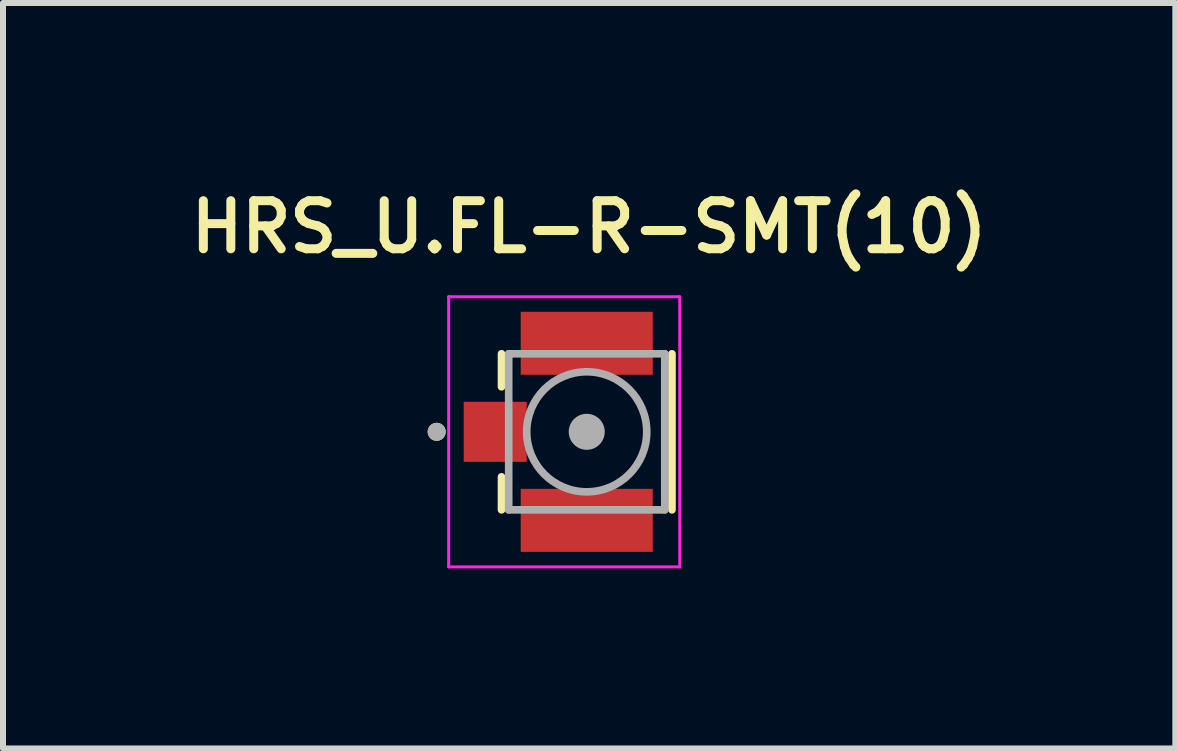
<source format=kicad_pcb>
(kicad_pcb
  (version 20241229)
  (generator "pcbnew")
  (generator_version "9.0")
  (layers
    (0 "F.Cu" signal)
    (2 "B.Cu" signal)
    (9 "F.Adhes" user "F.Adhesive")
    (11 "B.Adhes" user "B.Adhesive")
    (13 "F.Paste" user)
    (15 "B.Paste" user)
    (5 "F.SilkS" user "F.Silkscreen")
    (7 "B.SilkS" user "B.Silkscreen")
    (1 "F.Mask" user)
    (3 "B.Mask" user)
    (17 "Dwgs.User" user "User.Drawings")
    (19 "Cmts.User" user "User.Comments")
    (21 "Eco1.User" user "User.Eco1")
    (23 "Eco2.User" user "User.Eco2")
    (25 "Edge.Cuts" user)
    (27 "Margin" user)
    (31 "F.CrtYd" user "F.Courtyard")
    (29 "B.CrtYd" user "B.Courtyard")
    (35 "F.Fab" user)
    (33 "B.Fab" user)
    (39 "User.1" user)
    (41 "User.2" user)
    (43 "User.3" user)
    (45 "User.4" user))
  (footprint "HRS_U.FL-R-SMT(10)"
    (layer "F.Cu")
    (at 6.725 4.144)
    (property "Reference" "HRS_U.FL-R-SMT(10)" (at 0.04 -3.412 0) (layer "F.SilkS") (effects (font (size 0.801 0.801) (thickness 0.15))))
    (attr through_hole)
    (fp_line (start -1.42 -1.3) (end -1.42 -0.75) (stroke (width 0.127) (type solid)) (layer "F.SilkS"))
    (fp_line (start -1.42 0.75) (end -1.42 1.3) (stroke (width 0.127) (type solid)) (layer "F.SilkS"))
    (fp_line (start 1.42 -1.3) (end 1.42 1.3) (stroke (width 0.127) (type solid)) (layer "F.SilkS"))
    (fp_circle (center -2.5 0) (end -2.425 0) (stroke (width 0.15) (type solid)) (fill no) (layer "F.SilkS"))
    (fp_line (start -2.3 -2.25) (end 1.55 -2.25) (stroke (width 0.05) (type solid)) (layer "F.CrtYd"))
    (fp_line (start -2.3 2.25) (end -2.3 -2.25) (stroke (width 0.05) (type solid)) (layer "F.CrtYd"))
    (fp_line (start 1.55 -2.25) (end 1.55 2.25) (stroke (width 0.05) (type solid)) (layer "F.CrtYd"))
    (fp_line (start 1.55 2.25) (end -2.3 2.25) (stroke (width 0.05) (type solid)) (layer "F.CrtYd"))
    (fp_line (start -1.3 -1.3) (end -1.3 1.3) (stroke (width 0.127) (type solid)) (layer "F.Fab"))
    (fp_line (start 1.3 -1.3) (end -1.3 -1.3) (stroke (width 0.127) (type solid)) (layer "F.Fab"))
    (fp_line (start 1.3 -1.3) (end 1.3 1.3) (stroke (width 0.127) (type solid)) (layer "F.Fab"))
    (fp_line (start 1.3 1.3) (end -1.3 1.3) (stroke (width 0.127) (type solid)) (layer "F.Fab"))
    (fp_circle (center -2.5 0) (end -2.425 0) (stroke (width 0.15) (type solid)) (fill no) (layer "F.Fab"))
    (fp_circle (center 0 0) (end 0.3 0) (stroke (width 0) (type solid)) (fill yes) (layer "F.Fab"))
    (fp_circle (center 0 0) (end 1 0) (stroke (width 0.127) (type solid)) (fill no) (layer "F.Fab"))
    (pad "1" smd rect (at -1.525 0) (size 1.05 1) (layers "F.Cu" "F.Mask" "F.Paste"))
    (pad "2" smd rect (at 0 -1.475 270) (size 1.05 2.2) (layers "F.Cu" "F.Mask" "F.Paste"))
    (pad "3" smd rect (at 0 1.475 270) (size 1.05 2.2) (layers "F.Cu" "F.Mask" "F.Paste"))
    (zone (net_name "") (layer "F.Cu") (hatch full 0.508) (connect_pads) (min_thickness 0.01) (filled_areas_thickness no) (keepout (tracks not_allowed) (vias not_allowed) (pads not_allowed) (copperpour not_allowed) (footprints allowed)) (placement (enabled no)) (fill) (polygon (pts (xy 5.725 3.194) (xy 8.025 3.194) (xy 8.025 5.094) (xy 5.725 5.094))))
    (zone (net_name "") (layers "F.Cu" "B.Cu") (hatch full 0.508) (connect_pads) (min_thickness 0.01) (filled_areas_thickness no) (keepout (tracks allowed) (vias not_allowed) (pads allowed) (copperpour allowed) (footprints allowed)) (placement (enabled no)) (fill) (polygon (pts (xy 5.725 3.194) (xy 8.025 3.194) (xy 8.025 5.094) (xy 5.725 5.094)))))
  (gr_rect
    (start -3 -3)
    (end 16.531 9.419)
    (stroke (width 0.1) (type default))
    (fill no)
    (layer "Edge.Cuts")))
</source>
